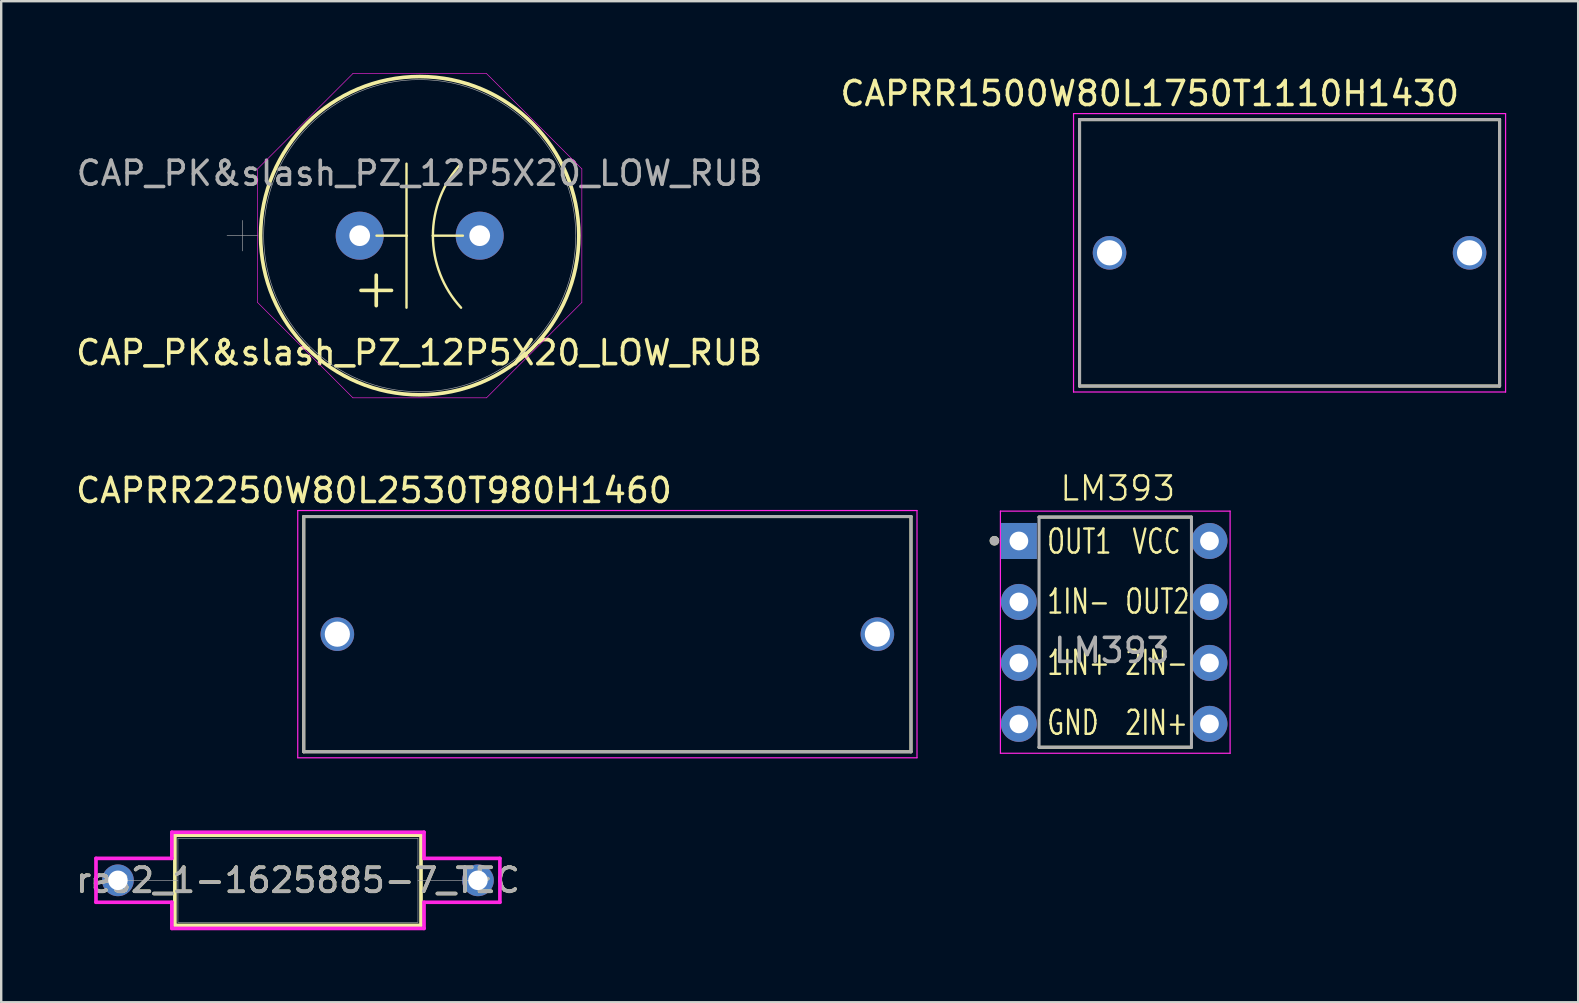
<source format=kicad_pcb>
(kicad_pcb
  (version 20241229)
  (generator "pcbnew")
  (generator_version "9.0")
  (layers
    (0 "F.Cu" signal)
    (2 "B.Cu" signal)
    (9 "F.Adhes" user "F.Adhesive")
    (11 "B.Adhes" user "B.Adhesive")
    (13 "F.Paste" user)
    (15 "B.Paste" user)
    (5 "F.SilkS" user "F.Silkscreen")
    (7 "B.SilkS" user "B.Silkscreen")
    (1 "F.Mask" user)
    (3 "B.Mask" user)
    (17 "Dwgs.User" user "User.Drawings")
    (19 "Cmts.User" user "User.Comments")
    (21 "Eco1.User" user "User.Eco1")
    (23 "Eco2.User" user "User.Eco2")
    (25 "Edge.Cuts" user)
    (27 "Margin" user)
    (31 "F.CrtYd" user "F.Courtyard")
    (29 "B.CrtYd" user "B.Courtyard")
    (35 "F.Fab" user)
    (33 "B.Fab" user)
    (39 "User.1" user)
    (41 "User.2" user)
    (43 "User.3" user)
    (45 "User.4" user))
  (footprint "CAPRR1500W80L1750T1110H1430"
    (layer "F.Cu")
    (at 50.677 7.483)
    (property "Reference" "CAPRR1500W80L1750T1110H1430" (at -5.825 -6.635 0) (layer "F.SilkS") (effects (font (size 1 1) (thickness 0.15))))
    (attr through_hole)
    (fp_line (start -8.75 -5.55) (end -8.75 5.55) (stroke (width 0.127) (type solid)) (layer "F.SilkS"))
    (fp_line (start -8.75 -5.55) (end 8.75 -5.55) (stroke (width 0.127) (type solid)) (layer "F.SilkS"))
    (fp_line (start -8.75 5.55) (end 8.75 5.55) (stroke (width 0.127) (type solid)) (layer "F.SilkS"))
    (fp_line (start 8.75 -5.55) (end 8.75 5.55) (stroke (width 0.127) (type solid)) (layer "F.SilkS"))
    (fp_line (start -9 -5.8) (end -9 5.8) (stroke (width 0.05) (type solid)) (layer "F.CrtYd"))
    (fp_line (start -9 -5.8) (end 9 -5.8) (stroke (width 0.05) (type solid)) (layer "F.CrtYd"))
    (fp_line (start 9 -5.8) (end 9 5.8) (stroke (width 0.05) (type solid)) (layer "F.CrtYd"))
    (fp_line (start 9 5.8) (end -9 5.8) (stroke (width 0.05) (type solid)) (layer "F.CrtYd"))
    (fp_line (start -8.75 -5.55) (end -8.75 5.55) (stroke (width 0.127) (type solid)) (layer "F.Fab"))
    (fp_line (start -8.75 -5.55) (end 8.75 -5.55) (stroke (width 0.127) (type solid)) (layer "F.Fab"))
    (fp_line (start 8.75 -5.55) (end 8.75 5.55) (stroke (width 0.127) (type solid)) (layer "F.Fab"))
    (fp_line (start 8.75 5.55) (end -8.75 5.55) (stroke (width 0.127) (type solid)) (layer "F.Fab"))
    (pad "1" thru_hole circle (at -7.5 0) (size 1.4 1.4) (drill 1.05) (layers "*.Cu" "*.Mask"))
    (pad "2" thru_hole circle (at 7.5 0) (size 1.4 1.4) (drill 1.05) (layers "*.Cu" "*.Mask")))
  (footprint "res2_1-1625885-7_TEC"
    (layer "F.Cu")
    (at 1.863 33.627)
    (property "Reference" "res2_1-1625885-7_TEC" (at 7.5 0 0) (unlocked yes) (layer "F.SilkS") (effects (font (size 1 1) (thickness 0.15))))
    (attr through_hole)
    (fp_line (start 2.373 -1.877) (end 2.373 1.877) (stroke (width 0.152) (type solid)) (layer "F.SilkS"))
    (fp_line (start 2.373 1.877) (end 12.627 1.877) (stroke (width 0.152) (type solid)) (layer "F.SilkS"))
    (fp_line (start 12.627 -1.877) (end 2.373 -1.877) (stroke (width 0.152) (type solid)) (layer "F.SilkS"))
    (fp_line (start 12.627 1.877) (end 12.627 -1.877) (stroke (width 0.152) (type solid)) (layer "F.SilkS"))
    (fp_line (start -0.914 -0.914) (end 2.246 -0.914) (stroke (width 0.152) (type solid)) (layer "F.CrtYd"))
    (fp_line (start -0.914 0.914) (end -0.914 -0.914) (stroke (width 0.152) (type solid)) (layer "F.CrtYd"))
    (fp_line (start -0.914 0.914) (end 2.246 0.914) (stroke (width 0.152) (type solid)) (layer "F.CrtYd"))
    (fp_line (start 2.246 -2.004) (end 12.754 -2.004) (stroke (width 0.152) (type solid)) (layer "F.CrtYd"))
    (fp_line (start 2.246 -0.914) (end 2.246 -2.004) (stroke (width 0.152) (type solid)) (layer "F.CrtYd"))
    (fp_line (start 2.246 0.914) (end 2.246 2.004) (stroke (width 0.152) (type solid)) (layer "F.CrtYd"))
    (fp_line (start 2.246 2.004) (end 12.754 2.004) (stroke (width 0.152) (type solid)) (layer "F.CrtYd"))
    (fp_line (start 12.754 -2.004) (end 12.754 -0.914) (stroke (width 0.152) (type solid)) (layer "F.CrtYd"))
    (fp_line (start 12.754 -0.914) (end 15.914 -0.914) (stroke (width 0.152) (type solid)) (layer "F.CrtYd"))
    (fp_line (start 12.754 0.914) (end 15.914 0.914) (stroke (width 0.152) (type solid)) (layer "F.CrtYd"))
    (fp_line (start 12.754 2.004) (end 12.754 0.914) (stroke (width 0.152) (type solid)) (layer "F.CrtYd"))
    (fp_line (start 15.914 -0.914) (end 15.914 0.914) (stroke (width 0.152) (type solid)) (layer "F.CrtYd"))
    (fp_line (start 0 0) (end 2.5 0) (stroke (width 0.025) (type solid)) (layer "F.Fab"))
    (fp_line (start 2.5 -1.75) (end 2.5 1.75) (stroke (width 0.025) (type solid)) (layer "F.Fab"))
    (fp_line (start 2.5 1.75) (end 12.5 1.75) (stroke (width 0.025) (type solid)) (layer "F.Fab"))
    (fp_line (start 12.5 -1.75) (end 2.5 -1.75) (stroke (width 0.025) (type solid)) (layer "F.Fab"))
    (fp_line (start 12.5 1.75) (end 12.5 -1.75) (stroke (width 0.025) (type solid)) (layer "F.Fab"))
    (fp_line (start 15 0) (end 12.5 0) (stroke (width 0.025) (type solid)) (layer "F.Fab"))
    (fp_text user "${REFERENCE}" (at 7.5 0 0) (unlocked yes) (layer "F.Fab") (effects (font (size 1 1) (thickness 0.15))))
    (pad "1" thru_hole circle (at 0 0) (size 1.321 1.321) (drill 0.813) (layers "*.Cu" "*.Mask"))
    (pad "2" thru_hole circle (at 15 0) (size 1.321 1.321) (drill 0.813) (layers "*.Cu" "*.Mask")))
  (footprint "CAP_PK&slash_PZ_12P5X20_LOW_RUB"
    (layer "F.Cu")
    (at 11.936 6.769)
    (property "Reference" "CAP_PK&slash_PZ_12P5X20_LOW_RUB" (at 2.475 4.875 0) (unlocked yes) (layer "F.SilkS") (effects (font (size 1 1) (thickness 0.15))))
    (attr through_hole)
    (fp_line (start 0.055 2.28) (end 1.325 2.28) (stroke (width 0.152) (type solid)) (layer "F.SilkS"))
    (fp_line (start 0.69 1.645) (end 0.69 2.915) (stroke (width 0.152) (type solid)) (layer "F.SilkS"))
    (fp_line (start 0.7 0) (end 1.95 0) (stroke (width 0.1) (type default)) (layer "F.SilkS"))
    (fp_line (start 1.95 0) (end 1.95 -3) (stroke (width 0.1) (type solid)) (layer "F.SilkS"))
    (fp_line (start 1.95 0) (end 1.95 3) (stroke (width 0.1) (type default)) (layer "F.SilkS"))
    (fp_line (start 4.3 0) (end 3.05 0) (stroke (width 0.1) (type default)) (layer "F.SilkS"))
    (fp_arc (start 3.05 0) (mid 3.353803 -1.611321) (end 4.223495 -3.001389) (stroke (width 0.1) (type default)) (layer "F.SilkS"))
    (fp_arc (start 4.223495 3.001389) (mid 3.353803 1.611321) (end 3.05 0) (stroke (width 0.1) (type default)) (layer "F.SilkS"))
    (fp_circle (center 2.5 0) (end 9.129 0) (stroke (width 0.152) (type solid)) (fill no) (layer "F.SilkS"))
    (fp_line (start -4.256 -2.782) (end -0.282 -6.756) (stroke (width 0.025) (type solid)) (layer "F.CrtYd"))
    (fp_line (start -4.256 2.782) (end -4.256 -2.782) (stroke (width 0.025) (type solid)) (layer "F.CrtYd"))
    (fp_line (start -0.282 -6.756) (end 5.282 -6.756) (stroke (width 0.025) (type solid)) (layer "F.CrtYd"))
    (fp_line (start -0.282 6.756) (end -4.256 2.782) (stroke (width 0.025) (type solid)) (layer "F.CrtYd"))
    (fp_line (start 5.282 -6.756) (end 9.256 -2.782) (stroke (width 0.025) (type solid)) (layer "F.CrtYd"))
    (fp_line (start 5.282 6.756) (end -0.282 6.756) (stroke (width 0.025) (type solid)) (layer "F.CrtYd"))
    (fp_line (start 9.256 -2.782) (end 9.256 2.782) (stroke (width 0.025) (type solid)) (layer "F.CrtYd"))
    (fp_line (start 9.256 2.782) (end 5.282 6.756) (stroke (width 0.025) (type solid)) (layer "F.CrtYd"))
    (fp_line (start -5.526 0) (end -4.256 0) (stroke (width 0.025) (type solid)) (layer "F.Fab"))
    (fp_line (start -4.891 -0.635) (end -4.891 0.635) (stroke (width 0.025) (type solid)) (layer "F.Fab"))
    (fp_circle (center 2.5 0) (end 9.002 0) (stroke (width 0.025) (type solid)) (fill no) (layer "F.Fab"))
    (fp_text user "${REFERENCE}" (at 2.5 -2.6 0) (unlocked yes) (layer "F.Fab") (effects (font (size 1 1) (thickness 0.15))))
    (pad "1" thru_hole circle (at 0 0) (size 2 2) (drill 0.864) (layers "*.Cu" "*.Mask"))
    (pad "2" thru_hole circle (at 5 0) (size 2 2) (drill 0.864) (layers "*.Cu" "*.Mask")))
  (footprint "CAPRR2250W80L2530T980H1460"
    (layer "F.Cu")
    (at 22.255 23.371)
    (property "Reference" "CAPRR2250W80L2530T980H1460" (at -9.725 -5.985 0) (layer "F.SilkS") (effects (font (size 1 1) (thickness 0.15))))
    (attr through_hole)
    (fp_line (start -12.65 -4.9) (end -12.65 4.9) (stroke (width 0.127) (type solid)) (layer "F.SilkS"))
    (fp_line (start -12.65 -4.9) (end 12.65 -4.9) (stroke (width 0.127) (type solid)) (layer "F.SilkS"))
    (fp_line (start -12.65 4.9) (end 12.65 4.9) (stroke (width 0.127) (type solid)) (layer "F.SilkS"))
    (fp_line (start 12.65 -4.9) (end 12.65 4.9) (stroke (width 0.127) (type solid)) (layer "F.SilkS"))
    (fp_line (start -12.9 -5.15) (end -12.9 5.15) (stroke (width 0.05) (type solid)) (layer "F.CrtYd"))
    (fp_line (start -12.9 -5.15) (end 12.9 -5.15) (stroke (width 0.05) (type solid)) (layer "F.CrtYd"))
    (fp_line (start 12.9 -5.15) (end 12.9 5.15) (stroke (width 0.05) (type solid)) (layer "F.CrtYd"))
    (fp_line (start 12.9 5.15) (end -12.9 5.15) (stroke (width 0.05) (type solid)) (layer "F.CrtYd"))
    (fp_line (start -12.65 -4.9) (end -12.65 4.9) (stroke (width 0.127) (type solid)) (layer "F.Fab"))
    (fp_line (start -12.65 -4.9) (end 12.65 -4.9) (stroke (width 0.127) (type solid)) (layer "F.Fab"))
    (fp_line (start 12.65 -4.9) (end 12.65 4.9) (stroke (width 0.127) (type solid)) (layer "F.Fab"))
    (fp_line (start 12.65 4.9) (end -12.65 4.9) (stroke (width 0.127) (type solid)) (layer "F.Fab"))
    (pad "1" thru_hole circle (at -11.25 0) (size 1.4 1.4) (drill 1.05) (layers "*.Cu" "*.Mask"))
    (pad "2" thru_hole circle (at 11.25 0) (size 1.4 1.4) (drill 1.05) (layers "*.Cu" "*.Mask")))
  (footprint "LM393"
    (layer "F.Cu")
    (at 43.52 23.299)
    (property "Reference" "LM393" (at 0 -6 0) (unlocked yes) (layer "F.SilkS") (effects (font (size 1 1) (thickness 0.1))))
    (attr through_hole)
    (fp_line (start -3.28 -4.805) (end 3.07 -4.805) (stroke (width 0.127) (type solid)) (layer "F.SilkS"))
    (fp_line (start -3.28 4.785) (end 3.07 4.785) (stroke (width 0.127) (type solid)) (layer "F.SilkS"))
    (fp_circle (center -5.14 -3.82) (end -5.04 -3.82) (stroke (width 0.2) (type solid)) (fill no) (layer "F.SilkS"))
    (fp_line (start -4.89 -5.055) (end -4.89 5.035) (stroke (width 0.05) (type solid)) (layer "F.CrtYd"))
    (fp_line (start 4.68 -5.055) (end -4.89 -5.055) (stroke (width 0.05) (type solid)) (layer "F.CrtYd"))
    (fp_line (start 4.68 -5.055) (end 4.68 5.035) (stroke (width 0.05) (type solid)) (layer "F.CrtYd"))
    (fp_line (start 4.68 5.035) (end -4.89 5.035) (stroke (width 0.05) (type solid)) (layer "F.CrtYd"))
    (fp_line (start -3.28 -4.805) (end -3.28 4.785) (stroke (width 0.127) (type solid)) (layer "F.Fab"))
    (fp_line (start -3.28 -4.805) (end 3.07 -4.805) (stroke (width 0.127) (type solid)) (layer "F.Fab"))
    (fp_line (start -3.28 4.785) (end 3.07 4.785) (stroke (width 0.127) (type solid)) (layer "F.Fab"))
    (fp_line (start 3.07 -4.805) (end 3.07 4.785) (stroke (width 0.127) (type solid)) (layer "F.Fab"))
    (fp_circle (center -5.14 -3.82) (end -5.04 -3.82) (stroke (width 0.2) (type solid)) (fill no) (layer "F.Fab"))
    (fp_text user "VCC" (at 0.55 -3.2 0) (unlocked yes) (layer "F.SilkS") (effects (font (size 1 0.7) (thickness 0.1)) (justify left bottom)))
    (fp_text user "1IN+\n" (at -3 1.85 0) (unlocked yes) (layer "F.SilkS") (effects (font (size 1 0.7) (thickness 0.1)) (justify left bottom)))
    (fp_text user "1IN-\n" (at -3 -0.7 0) (unlocked yes) (layer "F.SilkS") (effects (font (size 1 0.7) (thickness 0.1)) (justify left bottom)))
    (fp_text user "2IN+\n" (at 0.25 4.35 0) (unlocked yes) (layer "F.SilkS") (effects (font (size 1 0.7) (thickness 0.1)) (justify left bottom)))
    (fp_text user "OUT2\n" (at 0.25 -0.7 0) (unlocked yes) (layer "F.SilkS") (effects (font (size 1 0.7) (thickness 0.1)) (justify left bottom)))
    (fp_text user "OUT1" (at -3 -3.2 0) (unlocked yes) (layer "F.SilkS") (effects (font (size 1 0.7) (thickness 0.1)) (justify left bottom)))
    (fp_text user "GND\n" (at -3 4.35 0) (unlocked yes) (layer "F.SilkS") (effects (font (size 1 0.7) (thickness 0.1)) (justify left bottom)))
    (fp_text user "2IN-" (at 0.25 1.85 0) (unlocked yes) (layer "F.SilkS") (effects (font (size 1 0.7) (thickness 0.1)) (justify left bottom)))
    (fp_text user "${REFERENCE}" (at -0.25 0.75 0) (unlocked yes) (layer "F.Fab") (effects (font (size 1 1) (thickness 0.15))))
    (pad "1" thru_hole rect (at -4.12 -3.81) (size 1.5 1.5) (drill 0.78) (layers "*.Cu" "*.Mask"))
    (pad "2" thru_hole circle (at -4.12 -1.27) (size 1.5 1.5) (drill 0.78) (layers "*.Cu" "*.Mask"))
    (pad "3" thru_hole circle (at -4.12 1.27) (size 1.5 1.5) (drill 0.78) (layers "*.Cu" "*.Mask"))
    (pad "4" thru_hole circle (at -4.12 3.81) (size 1.5 1.5) (drill 0.78) (layers "*.Cu" "*.Mask"))
    (pad "5" thru_hole circle (at 3.82 3.81) (size 1.5 1.5) (drill 0.78) (layers "*.Cu" "*.Mask"))
    (pad "6" thru_hole circle (at 3.82 1.27) (size 1.5 1.5) (drill 0.78) (layers "*.Cu" "*.Mask"))
    (pad "7" thru_hole circle (at 3.82 -1.27) (size 1.5 1.5) (drill 0.78) (layers "*.Cu" "*.Mask"))
    (pad "8" thru_hole circle (at 3.82 -3.81) (size 1.5 1.5) (drill 0.78) (layers "*.Cu" "*.Mask")))
  (gr_rect
    (start -3 -3)
    (end 62.702 38.707)
    (stroke (width 0.1) (type default))
    (fill no)
    (layer "Edge.Cuts")))
</source>
